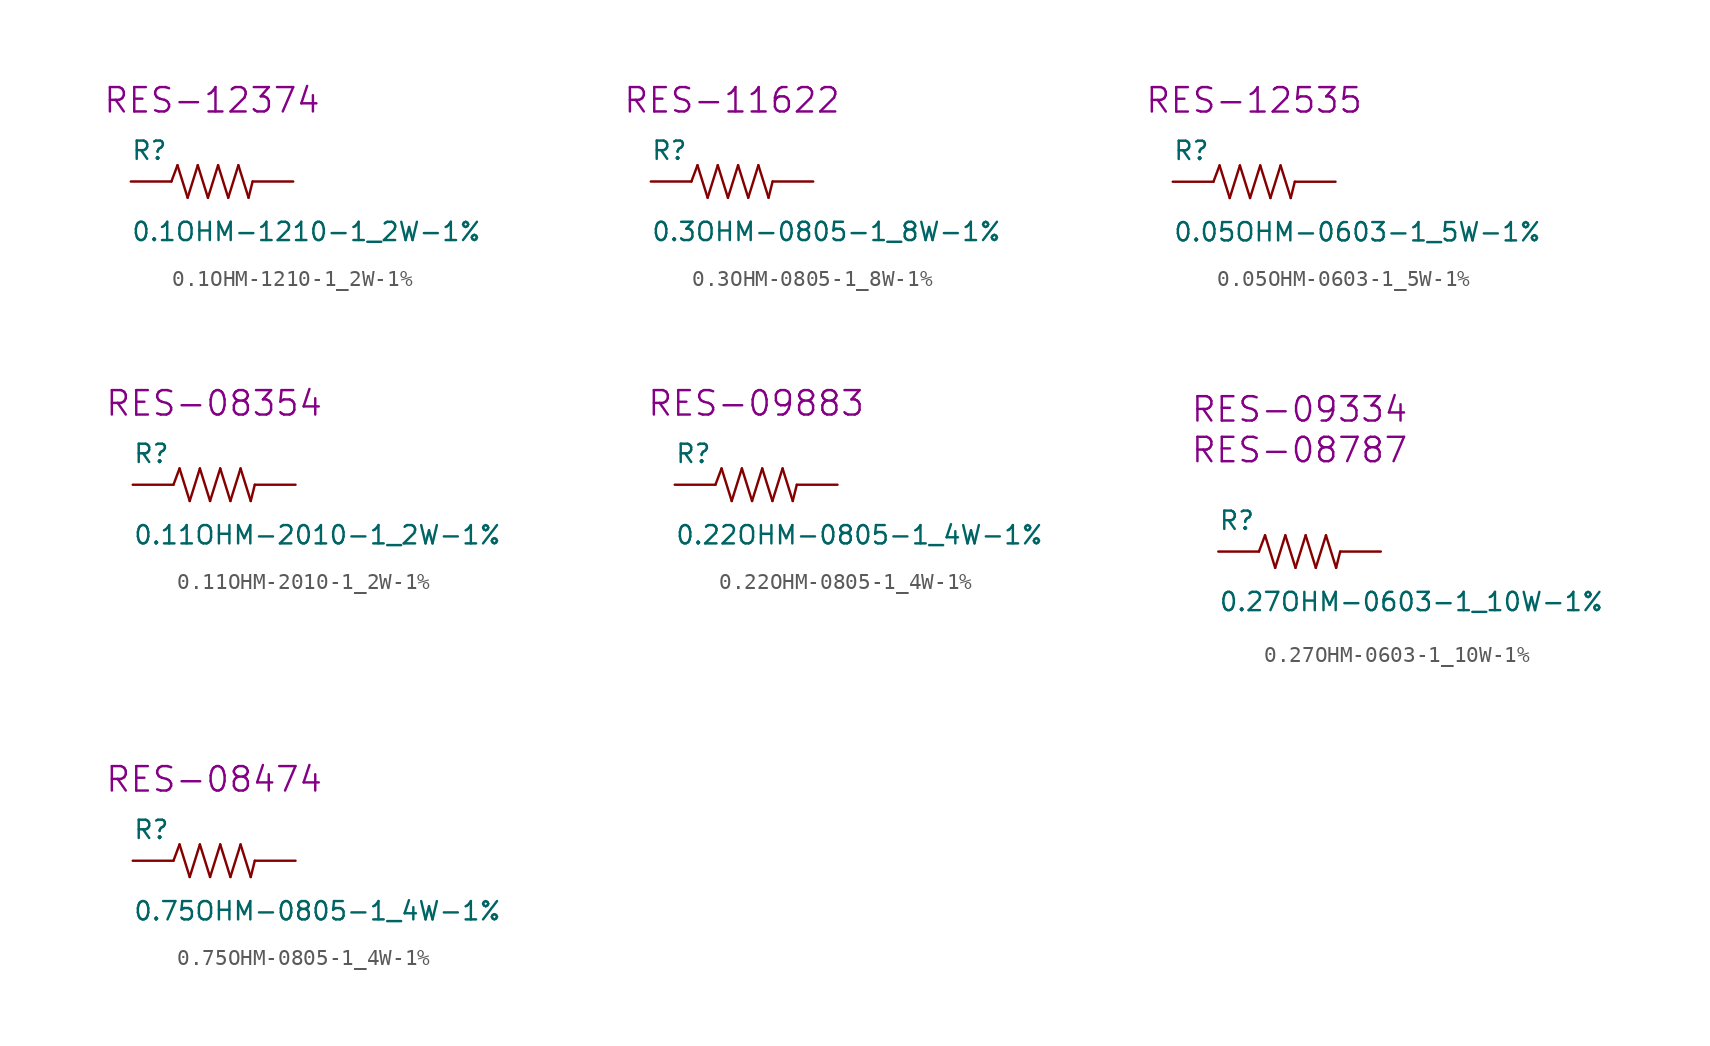
<source format=kicad_sym>
(kicad_symbol_lib
  (version 20220914)
  (generator kicad_symbol_editor)
  (symbol "0.1OHM-1210-1_2W-1%"
    (pin_numbers hide)
    (pin_names
      (offset 1.016) hide)
    (property "Reference" "R"
      (at -5.08 1.27 0)
      (effects (font (size 1.143 1.143)) (justify left bottom)))
    (property "Value" "0.1OHM-1210-1_2W-1%"
      (at -5.08 -3.81 0)
      (effects (font (size 1.143 1.143)) (justify left bottom)))
    (property "Field4" "RES-12374"
      (at 0 5.08 0)
      (effects (font (size 1.524 1.524))))
    (property "ki_locked" ""
      (at 0 0 0)
      (effects (font (size 1.27 1.27))))
    (symbol "0.1OHM-1210-1_2W-1%_1_0"
      (polyline (pts (xy -2.54 0) (xy -2.159 1.016)) (stroke (width 0) (type solid)) (fill (type none)))
      (polyline (pts (xy -2.159 1.016) (xy -1.524 -1.016)) (stroke (width 0) (type solid)) (fill (type none)))
      (polyline (pts (xy -1.524 -1.016) (xy -0.889 1.016)) (stroke (width 0) (type solid)) (fill (type none)))
      (polyline (pts (xy -0.889 1.016) (xy -0.254 -1.016)) (stroke (width 0) (type solid)) (fill (type none)))
      (polyline (pts (xy -0.254 -1.016) (xy 0.381 1.016)) (stroke (width 0) (type solid)) (fill (type none)))
      (polyline (pts (xy 0.381 1.016) (xy 1.016 -1.016)) (stroke (width 0) (type solid)) (fill (type none)))
      (polyline (pts (xy 1.016 -1.016) (xy 1.651 1.016)) (stroke (width 0) (type solid)) (fill (type none)))
      (polyline (pts (xy 1.651 1.016) (xy 2.286 -1.016)) (stroke (width 0) (type solid)) (fill (type none)))
      (polyline (pts (xy 2.286 -1.016) (xy 2.54 0)) (stroke (width 0) (type solid)) (fill (type none))))
    (symbol "0.1OHM-1210-1_2W-1%_1_1"
      (pin passive line (at -5.08 0 0) (length 2.54) (name "1" (effects (font (size 1.016 1.016)))) (number "1" (effects (font (size 1.016 1.016)))))
      (pin passive line (at 5.08 0 180) (length 2.54) (name "2" (effects (font (size 1.016 1.016)))) (number "2" (effects (font (size 1.016 1.016)))))))
  (symbol "0.3OHM-0805-1_8W-1%"
    (pin_numbers hide)
    (pin_names
      (offset 1.016) hide)
    (property "Reference" "R"
      (at -5.08 1.27 0)
      (effects (font (size 1.143 1.143)) (justify left bottom)))
    (property "Value" "0.3OHM-0805-1_8W-1%"
      (at -5.08 -3.81 0)
      (effects (font (size 1.143 1.143)) (justify left bottom)))
    (property "Field4" "RES-11622"
      (at 0 5.08 0)
      (effects (font (size 1.524 1.524))))
    (property "ki_locked" ""
      (at 0 0 0)
      (effects (font (size 1.27 1.27))))
    (symbol "0.3OHM-0805-1_8W-1%_1_0"
      (polyline (pts (xy -2.54 0) (xy -2.159 1.016)) (stroke (width 0) (type solid)) (fill (type none)))
      (polyline (pts (xy -2.159 1.016) (xy -1.524 -1.016)) (stroke (width 0) (type solid)) (fill (type none)))
      (polyline (pts (xy -1.524 -1.016) (xy -0.889 1.016)) (stroke (width 0) (type solid)) (fill (type none)))
      (polyline (pts (xy -0.889 1.016) (xy -0.254 -1.016)) (stroke (width 0) (type solid)) (fill (type none)))
      (polyline (pts (xy -0.254 -1.016) (xy 0.381 1.016)) (stroke (width 0) (type solid)) (fill (type none)))
      (polyline (pts (xy 0.381 1.016) (xy 1.016 -1.016)) (stroke (width 0) (type solid)) (fill (type none)))
      (polyline (pts (xy 1.016 -1.016) (xy 1.651 1.016)) (stroke (width 0) (type solid)) (fill (type none)))
      (polyline (pts (xy 1.651 1.016) (xy 2.286 -1.016)) (stroke (width 0) (type solid)) (fill (type none)))
      (polyline (pts (xy 2.286 -1.016) (xy 2.54 0)) (stroke (width 0) (type solid)) (fill (type none))))
    (symbol "0.3OHM-0805-1_8W-1%_1_1"
      (pin passive line (at -5.08 0 0) (length 2.54) (name "1" (effects (font (size 1.016 1.016)))) (number "1" (effects (font (size 1.016 1.016)))))
      (pin passive line (at 5.08 0 180) (length 2.54) (name "2" (effects (font (size 1.016 1.016)))) (number "2" (effects (font (size 1.016 1.016)))))))
  (symbol "0.05OHM-0603-1_5W-1%"
    (pin_numbers hide)
    (pin_names
      (offset 1.016) hide)
    (property "Reference" "R"
      (at -5.08 1.27 0)
      (effects (font (size 1.143 1.143)) (justify left bottom)))
    (property "Value" "0.05OHM-0603-1_5W-1%"
      (at -5.08 -3.81 0)
      (effects (font (size 1.143 1.143)) (justify left bottom)))
    (property "Field4" "RES-12535"
      (at 0 5.08 0)
      (effects (font (size 1.524 1.524))))
    (property "ki_locked" ""
      (at 0 0 0)
      (effects (font (size 1.27 1.27))))
    (symbol "0.05OHM-0603-1_5W-1%_1_0"
      (polyline (pts (xy -2.54 0) (xy -2.159 1.016)) (stroke (width 0) (type solid)) (fill (type none)))
      (polyline (pts (xy -2.159 1.016) (xy -1.524 -1.016)) (stroke (width 0) (type solid)) (fill (type none)))
      (polyline (pts (xy -1.524 -1.016) (xy -0.889 1.016)) (stroke (width 0) (type solid)) (fill (type none)))
      (polyline (pts (xy -0.889 1.016) (xy -0.254 -1.016)) (stroke (width 0) (type solid)) (fill (type none)))
      (polyline (pts (xy -0.254 -1.016) (xy 0.381 1.016)) (stroke (width 0) (type solid)) (fill (type none)))
      (polyline (pts (xy 0.381 1.016) (xy 1.016 -1.016)) (stroke (width 0) (type solid)) (fill (type none)))
      (polyline (pts (xy 1.016 -1.016) (xy 1.651 1.016)) (stroke (width 0) (type solid)) (fill (type none)))
      (polyline (pts (xy 1.651 1.016) (xy 2.286 -1.016)) (stroke (width 0) (type solid)) (fill (type none)))
      (polyline (pts (xy 2.286 -1.016) (xy 2.54 0)) (stroke (width 0) (type solid)) (fill (type none))))
    (symbol "0.05OHM-0603-1_5W-1%_1_1"
      (pin passive line (at -5.08 0 0) (length 2.54) (name "1" (effects (font (size 1.016 1.016)))) (number "1" (effects (font (size 1.016 1.016)))))
      (pin passive line (at 5.08 0 180) (length 2.54) (name "2" (effects (font (size 1.016 1.016)))) (number "2" (effects (font (size 1.016 1.016)))))))
  (symbol "0.11OHM-2010-1_2W-1%"
    (pin_numbers hide)
    (pin_names
      (offset 1.016) hide)
    (property "Reference" "R"
      (at -5.08 1.27 0)
      (effects (font (size 1.143 1.143)) (justify left bottom)))
    (property "Value" "0.11OHM-2010-1_2W-1%"
      (at -5.08 -3.81 0)
      (effects (font (size 1.143 1.143)) (justify left bottom)))
    (property "Field4" "RES-08354"
      (at 0 5.08 0)
      (effects (font (size 1.524 1.524))))
    (property "ki_locked" ""
      (at 0 0 0)
      (effects (font (size 1.27 1.27))))
    (symbol "0.11OHM-2010-1_2W-1%_1_0"
      (polyline (pts (xy -2.54 0) (xy -2.159 1.016)) (stroke (width 0) (type solid)) (fill (type none)))
      (polyline (pts (xy -2.159 1.016) (xy -1.524 -1.016)) (stroke (width 0) (type solid)) (fill (type none)))
      (polyline (pts (xy -1.524 -1.016) (xy -0.889 1.016)) (stroke (width 0) (type solid)) (fill (type none)))
      (polyline (pts (xy -0.889 1.016) (xy -0.254 -1.016)) (stroke (width 0) (type solid)) (fill (type none)))
      (polyline (pts (xy -0.254 -1.016) (xy 0.381 1.016)) (stroke (width 0) (type solid)) (fill (type none)))
      (polyline (pts (xy 0.381 1.016) (xy 1.016 -1.016)) (stroke (width 0) (type solid)) (fill (type none)))
      (polyline (pts (xy 1.016 -1.016) (xy 1.651 1.016)) (stroke (width 0) (type solid)) (fill (type none)))
      (polyline (pts (xy 1.651 1.016) (xy 2.286 -1.016)) (stroke (width 0) (type solid)) (fill (type none)))
      (polyline (pts (xy 2.286 -1.016) (xy 2.54 0)) (stroke (width 0) (type solid)) (fill (type none))))
    (symbol "0.11OHM-2010-1_2W-1%_1_1"
      (pin passive line (at -5.08 0 0) (length 2.54) (name "1" (effects (font (size 1.016 1.016)))) (number "1" (effects (font (size 1.016 1.016)))))
      (pin passive line (at 5.08 0 180) (length 2.54) (name "2" (effects (font (size 1.016 1.016)))) (number "2" (effects (font (size 1.016 1.016)))))))
  (symbol "0.22OHM-0805-1_4W-1%"
    (pin_numbers hide)
    (pin_names
      (offset 1.016) hide)
    (property "Reference" "R"
      (at -5.08 1.27 0)
      (effects (font (size 1.143 1.143)) (justify left bottom)))
    (property "Value" "0.22OHM-0805-1_4W-1%"
      (at -5.08 -3.81 0)
      (effects (font (size 1.143 1.143)) (justify left bottom)))
    (property "Field4" "RES-09883"
      (at 0 5.08 0)
      (effects (font (size 1.524 1.524))))
    (property "ki_locked" ""
      (at 0 0 0)
      (effects (font (size 1.27 1.27))))
    (symbol "0.22OHM-0805-1_4W-1%_1_0"
      (polyline (pts (xy -2.54 0) (xy -2.159 1.016)) (stroke (width 0) (type solid)) (fill (type none)))
      (polyline (pts (xy -2.159 1.016) (xy -1.524 -1.016)) (stroke (width 0) (type solid)) (fill (type none)))
      (polyline (pts (xy -1.524 -1.016) (xy -0.889 1.016)) (stroke (width 0) (type solid)) (fill (type none)))
      (polyline (pts (xy -0.889 1.016) (xy -0.254 -1.016)) (stroke (width 0) (type solid)) (fill (type none)))
      (polyline (pts (xy -0.254 -1.016) (xy 0.381 1.016)) (stroke (width 0) (type solid)) (fill (type none)))
      (polyline (pts (xy 0.381 1.016) (xy 1.016 -1.016)) (stroke (width 0) (type solid)) (fill (type none)))
      (polyline (pts (xy 1.016 -1.016) (xy 1.651 1.016)) (stroke (width 0) (type solid)) (fill (type none)))
      (polyline (pts (xy 1.651 1.016) (xy 2.286 -1.016)) (stroke (width 0) (type solid)) (fill (type none)))
      (polyline (pts (xy 2.286 -1.016) (xy 2.54 0)) (stroke (width 0) (type solid)) (fill (type none))))
    (symbol "0.22OHM-0805-1_4W-1%_1_1"
      (pin passive line (at -5.08 0 0) (length 2.54) (name "1" (effects (font (size 1.016 1.016)))) (number "1" (effects (font (size 1.016 1.016)))))
      (pin passive line (at 5.08 0 180) (length 2.54) (name "2" (effects (font (size 1.016 1.016)))) (number "2" (effects (font (size 1.016 1.016)))))))
  (symbol "0.27OHM-0603-1_10W-1%"
    (pin_numbers hide)
    (pin_names
      (offset 1.016) hide)
    (property "Reference" "R"
      (at -5.08 1.27 0)
      (effects (font (size 1.143 1.143)) (justify left bottom)))
    (property "Value" "0.27OHM-0603-1_10W-1%"
      (at -5.08 -3.81 0)
      (effects (font (size 1.143 1.143)) (justify left bottom)))
    (property "Field4" "RES-08787"
      (at 0 6.35 0)
      (effects (font (size 1.524 1.524))))
    (property "Field5" "RES-09334"
      (at 0 8.89 0)
      (effects (font (size 1.524 1.524))))
    (property "ki_locked" ""
      (at 0 0 0)
      (effects (font (size 1.27 1.27))))
    (symbol "0.27OHM-0603-1_10W-1%_1_0"
      (polyline (pts (xy -2.54 0) (xy -2.159 1.016)) (stroke (width 0) (type solid)) (fill (type none)))
      (polyline (pts (xy -2.159 1.016) (xy -1.524 -1.016)) (stroke (width 0) (type solid)) (fill (type none)))
      (polyline (pts (xy -1.524 -1.016) (xy -0.889 1.016)) (stroke (width 0) (type solid)) (fill (type none)))
      (polyline (pts (xy -0.889 1.016) (xy -0.254 -1.016)) (stroke (width 0) (type solid)) (fill (type none)))
      (polyline (pts (xy -0.254 -1.016) (xy 0.381 1.016)) (stroke (width 0) (type solid)) (fill (type none)))
      (polyline (pts (xy 0.381 1.016) (xy 1.016 -1.016)) (stroke (width 0) (type solid)) (fill (type none)))
      (polyline (pts (xy 1.016 -1.016) (xy 1.651 1.016)) (stroke (width 0) (type solid)) (fill (type none)))
      (polyline (pts (xy 1.651 1.016) (xy 2.286 -1.016)) (stroke (width 0) (type solid)) (fill (type none)))
      (polyline (pts (xy 2.286 -1.016) (xy 2.54 0)) (stroke (width 0) (type solid)) (fill (type none))))
    (symbol "0.27OHM-0603-1_10W-1%_1_1"
      (pin passive line (at -5.08 0 0) (length 2.54) (name "1" (effects (font (size 1.016 1.016)))) (number "1" (effects (font (size 1.016 1.016)))))
      (pin passive line (at 5.08 0 180) (length 2.54) (name "2" (effects (font (size 1.016 1.016)))) (number "2" (effects (font (size 1.016 1.016)))))))
  (symbol "0.75OHM-0805-1_4W-1%"
    (pin_numbers hide)
    (pin_names
      (offset 1.016) hide)
    (property "Reference" "R"
      (at -5.08 1.27 0)
      (effects (font (size 1.143 1.143)) (justify left bottom)))
    (property "Value" "0.75OHM-0805-1_4W-1%"
      (at -5.08 -3.81 0)
      (effects (font (size 1.143 1.143)) (justify left bottom)))
    (property "Field4" "RES-08474"
      (at 0 5.08 0)
      (effects (font (size 1.524 1.524))))
    (property "ki_locked" ""
      (at 0 0 0)
      (effects (font (size 1.27 1.27))))
    (symbol "0.75OHM-0805-1_4W-1%_1_0"
      (polyline (pts (xy -2.54 0) (xy -2.159 1.016)) (stroke (width 0) (type solid)) (fill (type none)))
      (polyline (pts (xy -2.159 1.016) (xy -1.524 -1.016)) (stroke (width 0) (type solid)) (fill (type none)))
      (polyline (pts (xy -1.524 -1.016) (xy -0.889 1.016)) (stroke (width 0) (type solid)) (fill (type none)))
      (polyline (pts (xy -0.889 1.016) (xy -0.254 -1.016)) (stroke (width 0) (type solid)) (fill (type none)))
      (polyline (pts (xy -0.254 -1.016) (xy 0.381 1.016)) (stroke (width 0) (type solid)) (fill (type none)))
      (polyline (pts (xy 0.381 1.016) (xy 1.016 -1.016)) (stroke (width 0) (type solid)) (fill (type none)))
      (polyline (pts (xy 1.016 -1.016) (xy 1.651 1.016)) (stroke (width 0) (type solid)) (fill (type none)))
      (polyline (pts (xy 1.651 1.016) (xy 2.286 -1.016)) (stroke (width 0) (type solid)) (fill (type none)))
      (polyline (pts (xy 2.286 -1.016) (xy 2.54 0)) (stroke (width 0) (type solid)) (fill (type none))))
    (symbol "0.75OHM-0805-1_4W-1%_1_1"
      (pin passive line (at -5.08 0 0) (length 2.54) (name "1" (effects (font (size 1.016 1.016)))) (number "1" (effects (font (size 1.016 1.016)))))
      (pin passive line (at 5.08 0 180) (length 2.54) (name "2" (effects (font (size 1.016 1.016)))) (number "2" (effects (font (size 1.016 1.016))))))))
</source>
